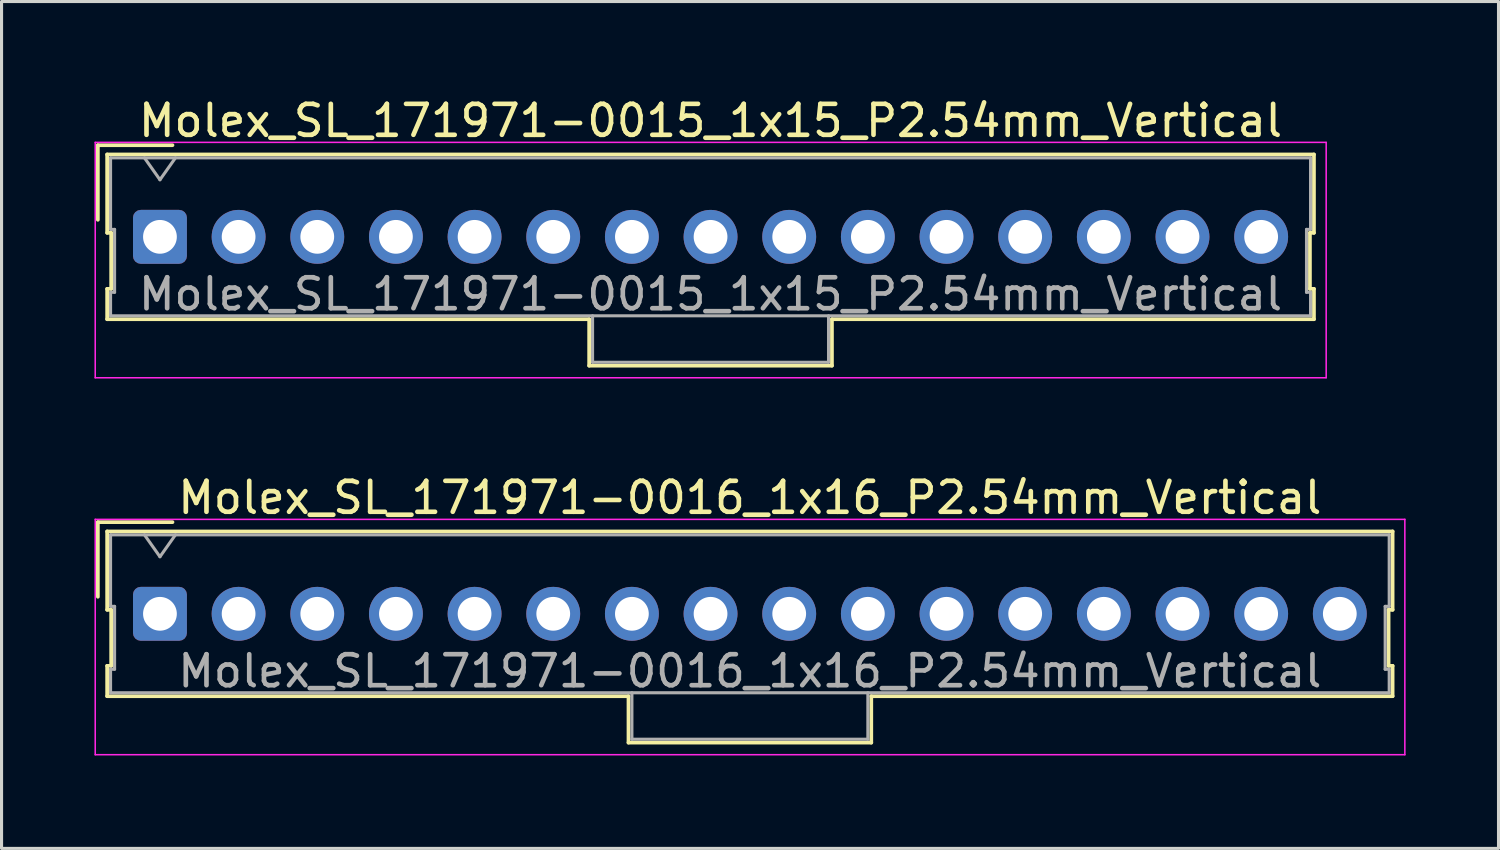
<source format=kicad_pcb>
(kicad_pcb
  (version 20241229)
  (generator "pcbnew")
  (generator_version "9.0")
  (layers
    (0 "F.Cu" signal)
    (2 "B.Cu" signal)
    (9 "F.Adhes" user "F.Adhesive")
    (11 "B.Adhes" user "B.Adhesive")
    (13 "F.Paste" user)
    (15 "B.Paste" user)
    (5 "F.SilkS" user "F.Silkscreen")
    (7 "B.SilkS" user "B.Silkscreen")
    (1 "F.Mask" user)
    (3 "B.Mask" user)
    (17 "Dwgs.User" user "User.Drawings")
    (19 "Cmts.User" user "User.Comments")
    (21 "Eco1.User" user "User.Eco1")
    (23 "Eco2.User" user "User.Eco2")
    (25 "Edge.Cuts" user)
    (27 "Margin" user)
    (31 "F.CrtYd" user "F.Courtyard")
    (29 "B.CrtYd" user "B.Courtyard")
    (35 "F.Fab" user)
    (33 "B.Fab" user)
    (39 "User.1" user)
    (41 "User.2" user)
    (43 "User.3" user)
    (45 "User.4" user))
  (footprint "Molex_SL_171971-0015_1x15_P2.54mm_Vertical"
    (layer "F.Cu")
    (at 2.115 4.598)
    (property "Reference" "Molex_SL_171971-0015_1x15_P2.54mm_Vertical" (at 17.78 -3.75 0) (layer "F.SilkS") (effects (font (size 1 1) (thickness 0.15))))
    (attr through_hole)
    (fp_line (start -2.005 -2.96) (end 0.405 -2.96) (stroke (width 0.12) (type solid)) (layer "F.SilkS"))
    (fp_line (start -2.005 -0.55) (end -2.005 -2.96) (stroke (width 0.12) (type solid)) (layer "F.SilkS"))
    (fp_line (start -1.705 -2.66) (end -1.705 -0.13) (stroke (width 0.12) (type solid)) (layer "F.SilkS"))
    (fp_line (start -1.705 -0.13) (end -1.575 -0.13) (stroke (width 0.12) (type solid)) (layer "F.SilkS"))
    (fp_line (start -1.705 1.68) (end -1.705 2.66) (stroke (width 0.12) (type solid)) (layer "F.SilkS"))
    (fp_line (start -1.705 2.66) (end 13.86 2.66) (stroke (width 0.12) (type solid)) (layer "F.SilkS"))
    (fp_line (start -1.575 -0.13) (end -1.575 1.68) (stroke (width 0.12) (type solid)) (layer "F.SilkS"))
    (fp_line (start -1.575 1.68) (end -1.705 1.68) (stroke (width 0.12) (type solid)) (layer "F.SilkS"))
    (fp_line (start 13.86 2.66) (end 13.86 4.16) (stroke (width 0.12) (type solid)) (layer "F.SilkS"))
    (fp_line (start 13.86 4.16) (end 21.7 4.16) (stroke (width 0.12) (type solid)) (layer "F.SilkS"))
    (fp_line (start 21.7 2.66) (end 37.265 2.66) (stroke (width 0.12) (type solid)) (layer "F.SilkS"))
    (fp_line (start 21.7 4.16) (end 21.7 2.66) (stroke (width 0.12) (type solid)) (layer "F.SilkS"))
    (fp_line (start 37.135 -0.13) (end 37.265 -0.13) (stroke (width 0.12) (type solid)) (layer "F.SilkS"))
    (fp_line (start 37.135 1.68) (end 37.135 -0.13) (stroke (width 0.12) (type solid)) (layer "F.SilkS"))
    (fp_line (start 37.265 -2.66) (end -1.705 -2.66) (stroke (width 0.12) (type solid)) (layer "F.SilkS"))
    (fp_line (start 37.265 -0.13) (end 37.265 -2.66) (stroke (width 0.12) (type solid)) (layer "F.SilkS"))
    (fp_line (start 37.265 1.68) (end 37.135 1.68) (stroke (width 0.12) (type solid)) (layer "F.SilkS"))
    (fp_line (start 37.265 2.66) (end 37.265 1.68) (stroke (width 0.12) (type solid)) (layer "F.SilkS"))
    (fp_line (start -2.09 -3.05) (end -2.09 4.55) (stroke (width 0.05) (type solid)) (layer "F.CrtYd"))
    (fp_line (start -2.09 4.55) (end 37.66 4.55) (stroke (width 0.05) (type solid)) (layer "F.CrtYd"))
    (fp_line (start 37.66 -3.05) (end -2.09 -3.05) (stroke (width 0.05) (type solid)) (layer "F.CrtYd"))
    (fp_line (start 37.66 4.55) (end 37.66 -3.05) (stroke (width 0.05) (type solid)) (layer "F.CrtYd"))
    (fp_line (start -1.595 -2.55) (end -1.595 -0.24) (stroke (width 0.1) (type solid)) (layer "F.Fab"))
    (fp_line (start -1.595 -0.24) (end -1.465 -0.24) (stroke (width 0.1) (type solid)) (layer "F.Fab"))
    (fp_line (start -1.595 1.79) (end -1.595 2.55) (stroke (width 0.1) (type solid)) (layer "F.Fab"))
    (fp_line (start -1.595 2.55) (end 37.155 2.55) (stroke (width 0.1) (type solid)) (layer "F.Fab"))
    (fp_line (start -1.465 -0.24) (end -1.465 1.79) (stroke (width 0.1) (type solid)) (layer "F.Fab"))
    (fp_line (start -1.465 1.79) (end -1.595 1.79) (stroke (width 0.1) (type solid)) (layer "F.Fab"))
    (fp_line (start 0 -1.843) (end -0.5 -2.55) (stroke (width 0.1) (type solid)) (layer "F.Fab"))
    (fp_line (start 0.5 -2.55) (end 0 -1.843) (stroke (width 0.1) (type solid)) (layer "F.Fab"))
    (fp_line (start 13.97 2.55) (end 13.97 4.05) (stroke (width 0.1) (type solid)) (layer "F.Fab"))
    (fp_line (start 13.97 4.05) (end 21.59 4.05) (stroke (width 0.1) (type solid)) (layer "F.Fab"))
    (fp_line (start 21.59 4.05) (end 21.59 2.55) (stroke (width 0.1) (type solid)) (layer "F.Fab"))
    (fp_line (start 37.025 -0.24) (end 37.155 -0.24) (stroke (width 0.1) (type solid)) (layer "F.Fab"))
    (fp_line (start 37.025 1.79) (end 37.025 -0.24) (stroke (width 0.1) (type solid)) (layer "F.Fab"))
    (fp_line (start 37.155 -2.55) (end -1.595 -2.55) (stroke (width 0.1) (type solid)) (layer "F.Fab"))
    (fp_line (start 37.155 -0.24) (end 37.155 -2.55) (stroke (width 0.1) (type solid)) (layer "F.Fab"))
    (fp_line (start 37.155 1.79) (end 37.025 1.79) (stroke (width 0.1) (type solid)) (layer "F.Fab"))
    (fp_line (start 37.155 2.55) (end 37.155 1.79) (stroke (width 0.1) (type solid)) (layer "F.Fab"))
    (fp_text user "${REFERENCE}" (at 17.78 1.85 0) (layer "F.Fab") (effects (font (size 1 1) (thickness 0.15))))
    (pad "1" thru_hole roundrect (at 0 0) (size 1.74 1.74) (drill 1.09) (layers "*.Cu" "*.Mask") (roundrect_rratio 0.144))
    (pad "2" thru_hole circle (at 2.54 0) (size 1.74 1.74) (drill 1.09) (layers "*.Cu" "*.Mask"))
    (pad "3" thru_hole circle (at 5.08 0) (size 1.74 1.74) (drill 1.09) (layers "*.Cu" "*.Mask"))
    (pad "4" thru_hole circle (at 7.62 0) (size 1.74 1.74) (drill 1.09) (layers "*.Cu" "*.Mask"))
    (pad "5" thru_hole circle (at 10.16 0) (size 1.74 1.74) (drill 1.09) (layers "*.Cu" "*.Mask"))
    (pad "6" thru_hole circle (at 12.7 0) (size 1.74 1.74) (drill 1.09) (layers "*.Cu" "*.Mask"))
    (pad "7" thru_hole circle (at 15.24 0) (size 1.74 1.74) (drill 1.09) (layers "*.Cu" "*.Mask"))
    (pad "8" thru_hole circle (at 17.78 0) (size 1.74 1.74) (drill 1.09) (layers "*.Cu" "*.Mask"))
    (pad "9" thru_hole circle (at 20.32 0) (size 1.74 1.74) (drill 1.09) (layers "*.Cu" "*.Mask"))
    (pad "10" thru_hole circle (at 22.86 0) (size 1.74 1.74) (drill 1.09) (layers "*.Cu" "*.Mask"))
    (pad "11" thru_hole circle (at 25.4 0) (size 1.74 1.74) (drill 1.09) (layers "*.Cu" "*.Mask"))
    (pad "12" thru_hole circle (at 27.94 0) (size 1.74 1.74) (drill 1.09) (layers "*.Cu" "*.Mask"))
    (pad "13" thru_hole circle (at 30.48 0) (size 1.74 1.74) (drill 1.09) (layers "*.Cu" "*.Mask"))
    (pad "14" thru_hole circle (at 33.02 0) (size 1.74 1.74) (drill 1.09) (layers "*.Cu" "*.Mask"))
    (pad "15" thru_hole circle (at 35.56 0) (size 1.74 1.74) (drill 1.09) (layers "*.Cu" "*.Mask")))
  (footprint "Molex_SL_171971-0016_1x16_P2.54mm_Vertical"
    (layer "F.Cu")
    (at 2.115 16.771)
    (property "Reference" "Molex_SL_171971-0016_1x16_P2.54mm_Vertical" (at 19.05 -3.75 0) (layer "F.SilkS") (effects (font (size 1 1) (thickness 0.15))))
    (attr through_hole)
    (fp_line (start -2.005 -2.96) (end 0.405 -2.96) (stroke (width 0.12) (type solid)) (layer "F.SilkS"))
    (fp_line (start -2.005 -0.55) (end -2.005 -2.96) (stroke (width 0.12) (type solid)) (layer "F.SilkS"))
    (fp_line (start -1.705 -2.66) (end -1.705 -0.13) (stroke (width 0.12) (type solid)) (layer "F.SilkS"))
    (fp_line (start -1.705 -0.13) (end -1.575 -0.13) (stroke (width 0.12) (type solid)) (layer "F.SilkS"))
    (fp_line (start -1.705 1.68) (end -1.705 2.66) (stroke (width 0.12) (type solid)) (layer "F.SilkS"))
    (fp_line (start -1.705 2.66) (end 15.13 2.66) (stroke (width 0.12) (type solid)) (layer "F.SilkS"))
    (fp_line (start -1.575 -0.13) (end -1.575 1.68) (stroke (width 0.12) (type solid)) (layer "F.SilkS"))
    (fp_line (start -1.575 1.68) (end -1.705 1.68) (stroke (width 0.12) (type solid)) (layer "F.SilkS"))
    (fp_line (start 15.13 2.66) (end 15.13 4.16) (stroke (width 0.12) (type solid)) (layer "F.SilkS"))
    (fp_line (start 15.13 4.16) (end 22.97 4.16) (stroke (width 0.12) (type solid)) (layer "F.SilkS"))
    (fp_line (start 22.97 2.66) (end 39.805 2.66) (stroke (width 0.12) (type solid)) (layer "F.SilkS"))
    (fp_line (start 22.97 4.16) (end 22.97 2.66) (stroke (width 0.12) (type solid)) (layer "F.SilkS"))
    (fp_line (start 39.675 -0.13) (end 39.805 -0.13) (stroke (width 0.12) (type solid)) (layer "F.SilkS"))
    (fp_line (start 39.675 1.68) (end 39.675 -0.13) (stroke (width 0.12) (type solid)) (layer "F.SilkS"))
    (fp_line (start 39.805 -2.66) (end -1.705 -2.66) (stroke (width 0.12) (type solid)) (layer "F.SilkS"))
    (fp_line (start 39.805 -0.13) (end 39.805 -2.66) (stroke (width 0.12) (type solid)) (layer "F.SilkS"))
    (fp_line (start 39.805 1.68) (end 39.675 1.68) (stroke (width 0.12) (type solid)) (layer "F.SilkS"))
    (fp_line (start 39.805 2.66) (end 39.805 1.68) (stroke (width 0.12) (type solid)) (layer "F.SilkS"))
    (fp_line (start -2.09 -3.05) (end -2.09 4.55) (stroke (width 0.05) (type solid)) (layer "F.CrtYd"))
    (fp_line (start -2.09 4.55) (end 40.2 4.55) (stroke (width 0.05) (type solid)) (layer "F.CrtYd"))
    (fp_line (start 40.2 -3.05) (end -2.09 -3.05) (stroke (width 0.05) (type solid)) (layer "F.CrtYd"))
    (fp_line (start 40.2 4.55) (end 40.2 -3.05) (stroke (width 0.05) (type solid)) (layer "F.CrtYd"))
    (fp_line (start -1.595 -2.55) (end -1.595 -0.24) (stroke (width 0.1) (type solid)) (layer "F.Fab"))
    (fp_line (start -1.595 -0.24) (end -1.465 -0.24) (stroke (width 0.1) (type solid)) (layer "F.Fab"))
    (fp_line (start -1.595 1.79) (end -1.595 2.55) (stroke (width 0.1) (type solid)) (layer "F.Fab"))
    (fp_line (start -1.595 2.55) (end 39.695 2.55) (stroke (width 0.1) (type solid)) (layer "F.Fab"))
    (fp_line (start -1.465 -0.24) (end -1.465 1.79) (stroke (width 0.1) (type solid)) (layer "F.Fab"))
    (fp_line (start -1.465 1.79) (end -1.595 1.79) (stroke (width 0.1) (type solid)) (layer "F.Fab"))
    (fp_line (start 0 -1.843) (end -0.5 -2.55) (stroke (width 0.1) (type solid)) (layer "F.Fab"))
    (fp_line (start 0.5 -2.55) (end 0 -1.843) (stroke (width 0.1) (type solid)) (layer "F.Fab"))
    (fp_line (start 15.24 2.55) (end 15.24 4.05) (stroke (width 0.1) (type solid)) (layer "F.Fab"))
    (fp_line (start 15.24 4.05) (end 22.86 4.05) (stroke (width 0.1) (type solid)) (layer "F.Fab"))
    (fp_line (start 22.86 4.05) (end 22.86 2.55) (stroke (width 0.1) (type solid)) (layer "F.Fab"))
    (fp_line (start 39.565 -0.24) (end 39.695 -0.24) (stroke (width 0.1) (type solid)) (layer "F.Fab"))
    (fp_line (start 39.565 1.79) (end 39.565 -0.24) (stroke (width 0.1) (type solid)) (layer "F.Fab"))
    (fp_line (start 39.695 -2.55) (end -1.595 -2.55) (stroke (width 0.1) (type solid)) (layer "F.Fab"))
    (fp_line (start 39.695 -0.24) (end 39.695 -2.55) (stroke (width 0.1) (type solid)) (layer "F.Fab"))
    (fp_line (start 39.695 1.79) (end 39.565 1.79) (stroke (width 0.1) (type solid)) (layer "F.Fab"))
    (fp_line (start 39.695 2.55) (end 39.695 1.79) (stroke (width 0.1) (type solid)) (layer "F.Fab"))
    (fp_text user "${REFERENCE}" (at 19.05 1.85 0) (layer "F.Fab") (effects (font (size 1 1) (thickness 0.15))))
    (pad "1" thru_hole roundrect (at 0 0) (size 1.74 1.74) (drill 1.09) (layers "*.Cu" "*.Mask") (roundrect_rratio 0.144))
    (pad "2" thru_hole circle (at 2.54 0) (size 1.74 1.74) (drill 1.09) (layers "*.Cu" "*.Mask"))
    (pad "3" thru_hole circle (at 5.08 0) (size 1.74 1.74) (drill 1.09) (layers "*.Cu" "*.Mask"))
    (pad "4" thru_hole circle (at 7.62 0) (size 1.74 1.74) (drill 1.09) (layers "*.Cu" "*.Mask"))
    (pad "5" thru_hole circle (at 10.16 0) (size 1.74 1.74) (drill 1.09) (layers "*.Cu" "*.Mask"))
    (pad "6" thru_hole circle (at 12.7 0) (size 1.74 1.74) (drill 1.09) (layers "*.Cu" "*.Mask"))
    (pad "7" thru_hole circle (at 15.24 0) (size 1.74 1.74) (drill 1.09) (layers "*.Cu" "*.Mask"))
    (pad "8" thru_hole circle (at 17.78 0) (size 1.74 1.74) (drill 1.09) (layers "*.Cu" "*.Mask"))
    (pad "9" thru_hole circle (at 20.32 0) (size 1.74 1.74) (drill 1.09) (layers "*.Cu" "*.Mask"))
    (pad "10" thru_hole circle (at 22.86 0) (size 1.74 1.74) (drill 1.09) (layers "*.Cu" "*.Mask"))
    (pad "11" thru_hole circle (at 25.4 0) (size 1.74 1.74) (drill 1.09) (layers "*.Cu" "*.Mask"))
    (pad "12" thru_hole circle (at 27.94 0) (size 1.74 1.74) (drill 1.09) (layers "*.Cu" "*.Mask"))
    (pad "13" thru_hole circle (at 30.48 0) (size 1.74 1.74) (drill 1.09) (layers "*.Cu" "*.Mask"))
    (pad "14" thru_hole circle (at 33.02 0) (size 1.74 1.74) (drill 1.09) (layers "*.Cu" "*.Mask"))
    (pad "15" thru_hole circle (at 35.56 0) (size 1.74 1.74) (drill 1.09) (layers "*.Cu" "*.Mask"))
    (pad "16" thru_hole circle (at 38.1 0) (size 1.74 1.74) (drill 1.09) (layers "*.Cu" "*.Mask")))
  (gr_rect
    (start -3 -3)
    (end 45.34 24.346)
    (stroke (width 0.1) (type default))
    (fill no)
    (layer "Edge.Cuts")))
</source>
